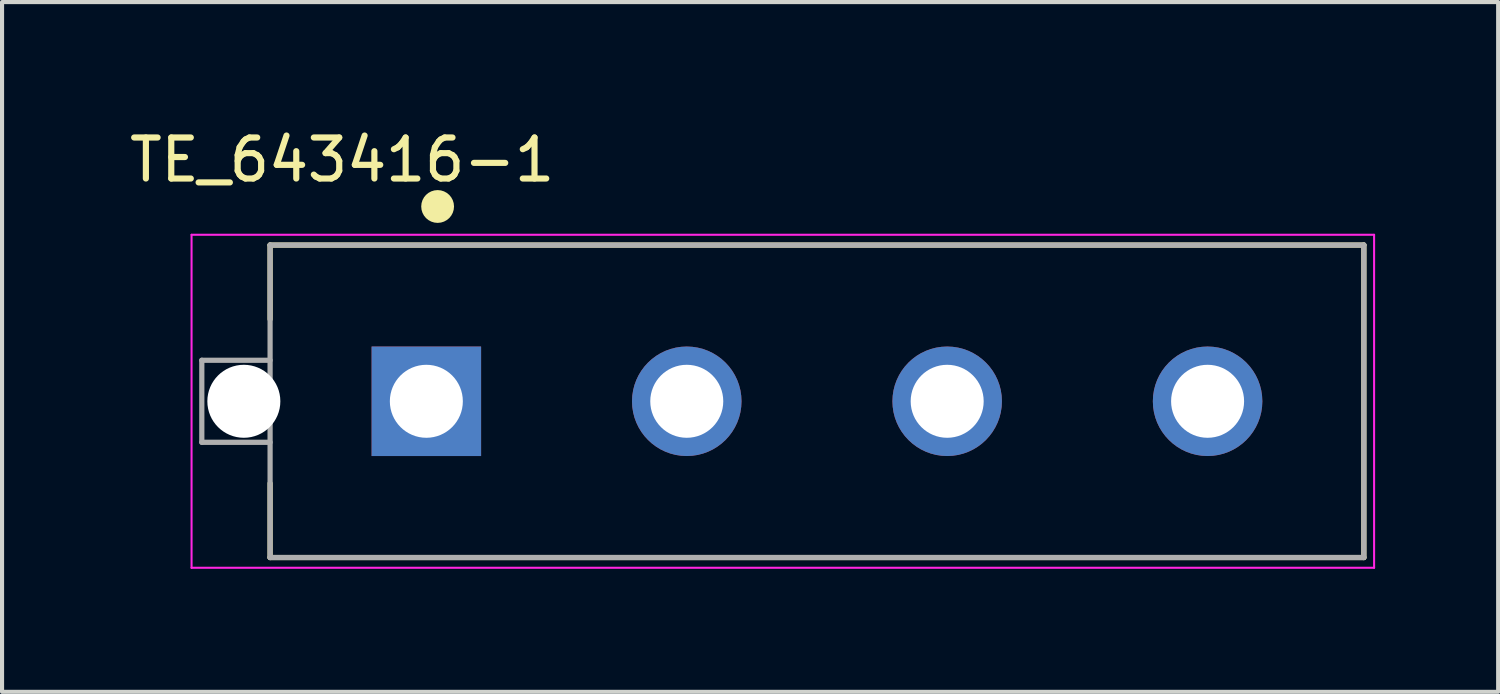
<source format=kicad_pcb>
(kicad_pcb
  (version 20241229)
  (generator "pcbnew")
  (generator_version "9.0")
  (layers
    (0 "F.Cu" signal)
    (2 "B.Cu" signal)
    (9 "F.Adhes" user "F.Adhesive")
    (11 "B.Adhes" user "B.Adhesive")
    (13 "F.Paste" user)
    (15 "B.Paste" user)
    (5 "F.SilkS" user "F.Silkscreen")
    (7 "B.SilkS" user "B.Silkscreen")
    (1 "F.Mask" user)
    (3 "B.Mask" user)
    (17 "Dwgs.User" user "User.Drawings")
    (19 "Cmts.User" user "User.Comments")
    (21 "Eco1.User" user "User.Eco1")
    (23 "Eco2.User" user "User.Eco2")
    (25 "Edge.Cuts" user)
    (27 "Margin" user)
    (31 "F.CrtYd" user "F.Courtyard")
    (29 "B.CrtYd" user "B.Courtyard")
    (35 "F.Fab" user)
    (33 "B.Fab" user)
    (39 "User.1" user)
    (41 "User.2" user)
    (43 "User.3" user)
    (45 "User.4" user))
  (footprint "TE_643416-1"
    (layer "F.Cu")
    (at 16.871 6.735)
    (property "Reference" "TE_643416-1" (at -11.578 -5.887 0) (layer "F.SilkS") (effects (font (size 1 1) (thickness 0.15))))
    (attr through_hole)
    (fp_line (start -13.335 -3.81) (end -13.335 -2) (stroke (width 0.127) (type solid)) (layer "F.SilkS"))
    (fp_line (start -13.335 -3.81) (end 13.335 -3.81) (stroke (width 0.127) (type solid)) (layer "F.SilkS"))
    (fp_line (start -13.335 3.81) (end -13.335 2) (stroke (width 0.127) (type solid)) (layer "F.SilkS"))
    (fp_line (start 13.335 -3.81) (end 13.335 3.81) (stroke (width 0.127) (type solid)) (layer "F.SilkS"))
    (fp_line (start 13.335 3.81) (end -13.335 3.81) (stroke (width 0.127) (type solid)) (layer "F.SilkS"))
    (fp_circle (center -9.25 -4.75) (end -9.05 -4.75) (stroke (width 0.4) (type solid)) (fill no) (layer "F.SilkS"))
    (fp_line (start -15.25 -4.06) (end 13.585 -4.06) (stroke (width 0.05) (type solid)) (layer "F.CrtYd"))
    (fp_line (start -15.25 4.06) (end -15.25 -4.06) (stroke (width 0.05) (type solid)) (layer "F.CrtYd"))
    (fp_line (start 13.585 -4.06) (end 13.585 4.06) (stroke (width 0.05) (type solid)) (layer "F.CrtYd"))
    (fp_line (start 13.585 4.06) (end -15.25 4.06) (stroke (width 0.05) (type solid)) (layer "F.CrtYd"))
    (fp_line (start -15 -1) (end -15 1) (stroke (width 0.127) (type solid)) (layer "F.Fab"))
    (fp_line (start -15 1) (end -13.335 1) (stroke (width 0.127) (type solid)) (layer "F.Fab"))
    (fp_line (start -13.335 -3.81) (end 13.335 -3.81) (stroke (width 0.127) (type solid)) (layer "F.Fab"))
    (fp_line (start -13.335 -1) (end -15 -1) (stroke (width 0.127) (type solid)) (layer "F.Fab"))
    (fp_line (start -13.335 3.81) (end -13.335 -3.81) (stroke (width 0.127) (type solid)) (layer "F.Fab"))
    (fp_line (start 13.335 -3.81) (end 13.335 3.81) (stroke (width 0.127) (type solid)) (layer "F.Fab"))
    (fp_line (start 13.335 3.81) (end -13.335 3.81) (stroke (width 0.127) (type solid)) (layer "F.Fab"))
    (pad "" np_thru_hole circle (at -13.975 0) (size 1.78 1.78) (drill 1.78) (layers "*.Cu" "*.Mask"))
    (pad "1" thru_hole rect (at -9.525 0) (size 2.67 2.67) (drill 1.78) (layers "*.Cu" "*.Mask"))
    (pad "2" thru_hole circle (at -3.175 0) (size 2.67 2.67) (drill 1.78) (layers "*.Cu" "*.Mask"))
    (pad "3" thru_hole circle (at 3.175 0) (size 2.67 2.67) (drill 1.78) (layers "*.Cu" "*.Mask"))
    (pad "4" thru_hole circle (at 9.525 0) (size 2.67 2.67) (drill 1.78) (layers "*.Cu" "*.Mask")))
  (gr_rect
    (start -3 -3)
    (end 33.481 13.82)
    (stroke (width 0.1) (type default))
    (fill no)
    (layer "Edge.Cuts")))
</source>
